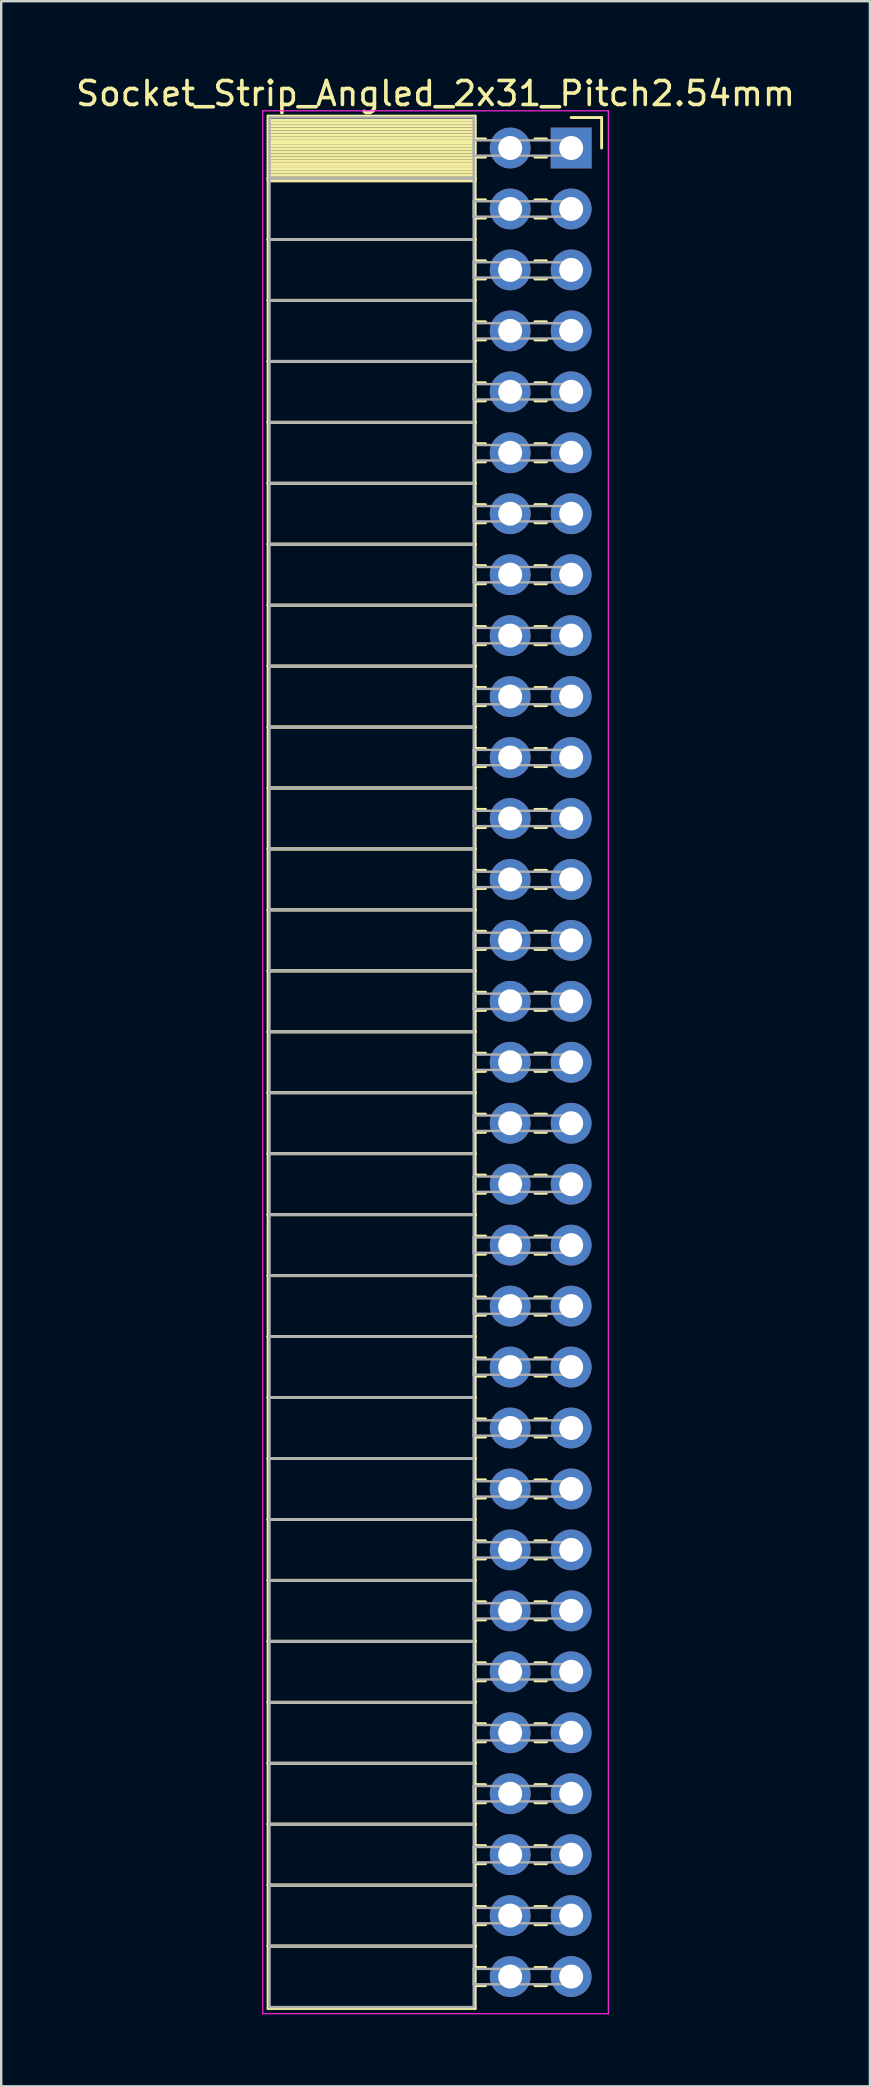
<source format=kicad_pcb>
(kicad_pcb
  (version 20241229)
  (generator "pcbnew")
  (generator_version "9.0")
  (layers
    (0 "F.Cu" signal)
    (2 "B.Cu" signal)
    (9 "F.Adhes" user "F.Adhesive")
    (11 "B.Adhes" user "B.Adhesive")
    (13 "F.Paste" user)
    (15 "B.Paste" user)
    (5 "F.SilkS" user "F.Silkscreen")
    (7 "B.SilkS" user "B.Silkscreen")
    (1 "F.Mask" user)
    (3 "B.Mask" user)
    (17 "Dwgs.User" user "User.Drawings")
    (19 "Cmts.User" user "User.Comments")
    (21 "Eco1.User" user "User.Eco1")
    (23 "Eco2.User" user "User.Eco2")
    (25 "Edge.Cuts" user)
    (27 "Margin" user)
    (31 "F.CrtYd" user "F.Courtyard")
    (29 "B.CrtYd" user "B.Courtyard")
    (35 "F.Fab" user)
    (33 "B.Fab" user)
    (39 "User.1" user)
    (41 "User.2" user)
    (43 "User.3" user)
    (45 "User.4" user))
  (footprint "Socket_Strip_Angled_2x31_Pitch2.54mm"
    (layer "F.Cu")
    (at 20.751 3.118)
    (property "Reference" "Socket_Strip_Angled_2x31_Pitch2.54mm" (at -5.65 -2.27 0) (layer "F.SilkS") (effects (font (size 1 1) (thickness 0.15))))
    (attr through_hole)
    (fp_line (start -12.63 -1.33) (end -4 -1.33) (stroke (width 0.12) (type solid)) (layer "F.SilkS"))
    (fp_line (start -12.63 1.27) (end -12.63 -1.33) (stroke (width 0.12) (type solid)) (layer "F.SilkS"))
    (fp_line (start -12.63 1.27) (end -4 1.27) (stroke (width 0.12) (type solid)) (layer "F.SilkS"))
    (fp_line (start -12.63 3.81) (end -12.63 1.27) (stroke (width 0.12) (type solid)) (layer "F.SilkS"))
    (fp_line (start -12.63 3.81) (end -4 3.81) (stroke (width 0.12) (type solid)) (layer "F.SilkS"))
    (fp_line (start -12.63 6.35) (end -12.63 3.81) (stroke (width 0.12) (type solid)) (layer "F.SilkS"))
    (fp_line (start -12.63 6.35) (end -4 6.35) (stroke (width 0.12) (type solid)) (layer "F.SilkS"))
    (fp_line (start -12.63 8.89) (end -12.63 6.35) (stroke (width 0.12) (type solid)) (layer "F.SilkS"))
    (fp_line (start -12.63 8.89) (end -4 8.89) (stroke (width 0.12) (type solid)) (layer "F.SilkS"))
    (fp_line (start -12.63 11.43) (end -12.63 8.89) (stroke (width 0.12) (type solid)) (layer "F.SilkS"))
    (fp_line (start -12.63 11.43) (end -4 11.43) (stroke (width 0.12) (type solid)) (layer "F.SilkS"))
    (fp_line (start -12.63 13.97) (end -12.63 11.43) (stroke (width 0.12) (type solid)) (layer "F.SilkS"))
    (fp_line (start -12.63 13.97) (end -4 13.97) (stroke (width 0.12) (type solid)) (layer "F.SilkS"))
    (fp_line (start -12.63 16.51) (end -12.63 13.97) (stroke (width 0.12) (type solid)) (layer "F.SilkS"))
    (fp_line (start -12.63 16.51) (end -4 16.51) (stroke (width 0.12) (type solid)) (layer "F.SilkS"))
    (fp_line (start -12.63 19.05) (end -12.63 16.51) (stroke (width 0.12) (type solid)) (layer "F.SilkS"))
    (fp_line (start -12.63 19.05) (end -4 19.05) (stroke (width 0.12) (type solid)) (layer "F.SilkS"))
    (fp_line (start -12.63 21.59) (end -12.63 19.05) (stroke (width 0.12) (type solid)) (layer "F.SilkS"))
    (fp_line (start -12.63 21.59) (end -4 21.59) (stroke (width 0.12) (type solid)) (layer "F.SilkS"))
    (fp_line (start -12.63 24.13) (end -12.63 21.59) (stroke (width 0.12) (type solid)) (layer "F.SilkS"))
    (fp_line (start -12.63 24.13) (end -4 24.13) (stroke (width 0.12) (type solid)) (layer "F.SilkS"))
    (fp_line (start -12.63 26.67) (end -12.63 24.13) (stroke (width 0.12) (type solid)) (layer "F.SilkS"))
    (fp_line (start -12.63 26.67) (end -4 26.67) (stroke (width 0.12) (type solid)) (layer "F.SilkS"))
    (fp_line (start -12.63 29.21) (end -12.63 26.67) (stroke (width 0.12) (type solid)) (layer "F.SilkS"))
    (fp_line (start -12.63 29.21) (end -4 29.21) (stroke (width 0.12) (type solid)) (layer "F.SilkS"))
    (fp_line (start -12.63 31.75) (end -12.63 29.21) (stroke (width 0.12) (type solid)) (layer "F.SilkS"))
    (fp_line (start -12.63 31.75) (end -4 31.75) (stroke (width 0.12) (type solid)) (layer "F.SilkS"))
    (fp_line (start -12.63 34.29) (end -12.63 31.75) (stroke (width 0.12) (type solid)) (layer "F.SilkS"))
    (fp_line (start -12.63 34.29) (end -4 34.29) (stroke (width 0.12) (type solid)) (layer "F.SilkS"))
    (fp_line (start -12.63 36.83) (end -12.63 34.29) (stroke (width 0.12) (type solid)) (layer "F.SilkS"))
    (fp_line (start -12.63 36.83) (end -4 36.83) (stroke (width 0.12) (type solid)) (layer "F.SilkS"))
    (fp_line (start -12.63 39.37) (end -12.63 36.83) (stroke (width 0.12) (type solid)) (layer "F.SilkS"))
    (fp_line (start -12.63 39.37) (end -4 39.37) (stroke (width 0.12) (type solid)) (layer "F.SilkS"))
    (fp_line (start -12.63 41.91) (end -12.63 39.37) (stroke (width 0.12) (type solid)) (layer "F.SilkS"))
    (fp_line (start -12.63 41.91) (end -4 41.91) (stroke (width 0.12) (type solid)) (layer "F.SilkS"))
    (fp_line (start -12.63 44.45) (end -12.63 41.91) (stroke (width 0.12) (type solid)) (layer "F.SilkS"))
    (fp_line (start -12.63 44.45) (end -4 44.45) (stroke (width 0.12) (type solid)) (layer "F.SilkS"))
    (fp_line (start -12.63 46.99) (end -12.63 44.45) (stroke (width 0.12) (type solid)) (layer "F.SilkS"))
    (fp_line (start -12.63 46.99) (end -4 46.99) (stroke (width 0.12) (type solid)) (layer "F.SilkS"))
    (fp_line (start -12.63 49.53) (end -12.63 46.99) (stroke (width 0.12) (type solid)) (layer "F.SilkS"))
    (fp_line (start -12.63 49.53) (end -4 49.53) (stroke (width 0.12) (type solid)) (layer "F.SilkS"))
    (fp_line (start -12.63 52.07) (end -12.63 49.53) (stroke (width 0.12) (type solid)) (layer "F.SilkS"))
    (fp_line (start -12.63 52.07) (end -4 52.07) (stroke (width 0.12) (type solid)) (layer "F.SilkS"))
    (fp_line (start -12.63 54.61) (end -12.63 52.07) (stroke (width 0.12) (type solid)) (layer "F.SilkS"))
    (fp_line (start -12.63 54.61) (end -4 54.61) (stroke (width 0.12) (type solid)) (layer "F.SilkS"))
    (fp_line (start -12.63 57.15) (end -12.63 54.61) (stroke (width 0.12) (type solid)) (layer "F.SilkS"))
    (fp_line (start -12.63 57.15) (end -4 57.15) (stroke (width 0.12) (type solid)) (layer "F.SilkS"))
    (fp_line (start -12.63 59.69) (end -12.63 57.15) (stroke (width 0.12) (type solid)) (layer "F.SilkS"))
    (fp_line (start -12.63 59.69) (end -4 59.69) (stroke (width 0.12) (type solid)) (layer "F.SilkS"))
    (fp_line (start -12.63 62.23) (end -12.63 59.69) (stroke (width 0.12) (type solid)) (layer "F.SilkS"))
    (fp_line (start -12.63 62.23) (end -4 62.23) (stroke (width 0.12) (type solid)) (layer "F.SilkS"))
    (fp_line (start -12.63 64.77) (end -12.63 62.23) (stroke (width 0.12) (type solid)) (layer "F.SilkS"))
    (fp_line (start -12.63 64.77) (end -4 64.77) (stroke (width 0.12) (type solid)) (layer "F.SilkS"))
    (fp_line (start -12.63 67.31) (end -12.63 64.77) (stroke (width 0.12) (type solid)) (layer "F.SilkS"))
    (fp_line (start -12.63 67.31) (end -4 67.31) (stroke (width 0.12) (type solid)) (layer "F.SilkS"))
    (fp_line (start -12.63 69.85) (end -12.63 67.31) (stroke (width 0.12) (type solid)) (layer "F.SilkS"))
    (fp_line (start -12.63 69.85) (end -4 69.85) (stroke (width 0.12) (type solid)) (layer "F.SilkS"))
    (fp_line (start -12.63 72.39) (end -12.63 69.85) (stroke (width 0.12) (type solid)) (layer "F.SilkS"))
    (fp_line (start -12.63 72.39) (end -4 72.39) (stroke (width 0.12) (type solid)) (layer "F.SilkS"))
    (fp_line (start -12.63 74.93) (end -12.63 72.39) (stroke (width 0.12) (type solid)) (layer "F.SilkS"))
    (fp_line (start -12.63 74.93) (end -4 74.93) (stroke (width 0.12) (type solid)) (layer "F.SilkS"))
    (fp_line (start -12.63 77.53) (end -12.63 74.93) (stroke (width 0.12) (type solid)) (layer "F.SilkS"))
    (fp_line (start -4 -1.33) (end -4 1.27) (stroke (width 0.12) (type solid)) (layer "F.SilkS"))
    (fp_line (start -4 -1.15) (end -12.63 -1.15) (stroke (width 0.12) (type solid)) (layer "F.SilkS"))
    (fp_line (start -4 -1.03) (end -12.63 -1.03) (stroke (width 0.12) (type solid)) (layer "F.SilkS"))
    (fp_line (start -4 -0.91) (end -12.63 -0.91) (stroke (width 0.12) (type solid)) (layer "F.SilkS"))
    (fp_line (start -4 -0.79) (end -12.63 -0.79) (stroke (width 0.12) (type solid)) (layer "F.SilkS"))
    (fp_line (start -4 -0.67) (end -12.63 -0.67) (stroke (width 0.12) (type solid)) (layer "F.SilkS"))
    (fp_line (start -4 -0.55) (end -12.63 -0.55) (stroke (width 0.12) (type solid)) (layer "F.SilkS"))
    (fp_line (start -4 -0.43) (end -12.63 -0.43) (stroke (width 0.12) (type solid)) (layer "F.SilkS"))
    (fp_line (start -4 -0.31) (end -12.63 -0.31) (stroke (width 0.12) (type solid)) (layer "F.SilkS"))
    (fp_line (start -4 -0.19) (end -12.63 -0.19) (stroke (width 0.12) (type solid)) (layer "F.SilkS"))
    (fp_line (start -4 -0.07) (end -12.63 -0.07) (stroke (width 0.12) (type solid)) (layer "F.SilkS"))
    (fp_line (start -4 0.05) (end -12.63 0.05) (stroke (width 0.12) (type solid)) (layer "F.SilkS"))
    (fp_line (start -4 0.17) (end -12.63 0.17) (stroke (width 0.12) (type solid)) (layer "F.SilkS"))
    (fp_line (start -4 0.29) (end -12.63 0.29) (stroke (width 0.12) (type solid)) (layer "F.SilkS"))
    (fp_line (start -4 0.41) (end -12.63 0.41) (stroke (width 0.12) (type solid)) (layer "F.SilkS"))
    (fp_line (start -4 0.53) (end -12.63 0.53) (stroke (width 0.12) (type solid)) (layer "F.SilkS"))
    (fp_line (start -4 0.65) (end -12.63 0.65) (stroke (width 0.12) (type solid)) (layer "F.SilkS"))
    (fp_line (start -4 0.77) (end -12.63 0.77) (stroke (width 0.12) (type solid)) (layer "F.SilkS"))
    (fp_line (start -4 0.89) (end -12.63 0.89) (stroke (width 0.12) (type solid)) (layer "F.SilkS"))
    (fp_line (start -4 1.01) (end -12.63 1.01) (stroke (width 0.12) (type solid)) (layer "F.SilkS"))
    (fp_line (start -4 1.13) (end -12.63 1.13) (stroke (width 0.12) (type solid)) (layer "F.SilkS"))
    (fp_line (start -4 1.25) (end -12.63 1.25) (stroke (width 0.12) (type solid)) (layer "F.SilkS"))
    (fp_line (start -4 1.27) (end -12.63 1.27) (stroke (width 0.12) (type solid)) (layer "F.SilkS"))
    (fp_line (start -4 1.27) (end -4 3.81) (stroke (width 0.12) (type solid)) (layer "F.SilkS"))
    (fp_line (start -4 1.37) (end -12.63 1.37) (stroke (width 0.12) (type solid)) (layer "F.SilkS"))
    (fp_line (start -4 3.81) (end -12.63 3.81) (stroke (width 0.12) (type solid)) (layer "F.SilkS"))
    (fp_line (start -4 3.81) (end -4 6.35) (stroke (width 0.12) (type solid)) (layer "F.SilkS"))
    (fp_line (start -4 6.35) (end -12.63 6.35) (stroke (width 0.12) (type solid)) (layer "F.SilkS"))
    (fp_line (start -4 6.35) (end -4 8.89) (stroke (width 0.12) (type solid)) (layer "F.SilkS"))
    (fp_line (start -4 8.89) (end -12.63 8.89) (stroke (width 0.12) (type solid)) (layer "F.SilkS"))
    (fp_line (start -4 8.89) (end -4 11.43) (stroke (width 0.12) (type solid)) (layer "F.SilkS"))
    (fp_line (start -4 11.43) (end -12.63 11.43) (stroke (width 0.12) (type solid)) (layer "F.SilkS"))
    (fp_line (start -4 11.43) (end -4 13.97) (stroke (width 0.12) (type solid)) (layer "F.SilkS"))
    (fp_line (start -4 13.97) (end -12.63 13.97) (stroke (width 0.12) (type solid)) (layer "F.SilkS"))
    (fp_line (start -4 13.97) (end -4 16.51) (stroke (width 0.12) (type solid)) (layer "F.SilkS"))
    (fp_line (start -4 16.51) (end -12.63 16.51) (stroke (width 0.12) (type solid)) (layer "F.SilkS"))
    (fp_line (start -4 16.51) (end -4 19.05) (stroke (width 0.12) (type solid)) (layer "F.SilkS"))
    (fp_line (start -4 19.05) (end -12.63 19.05) (stroke (width 0.12) (type solid)) (layer "F.SilkS"))
    (fp_line (start -4 19.05) (end -4 21.59) (stroke (width 0.12) (type solid)) (layer "F.SilkS"))
    (fp_line (start -4 21.59) (end -12.63 21.59) (stroke (width 0.12) (type solid)) (layer "F.SilkS"))
    (fp_line (start -4 21.59) (end -4 24.13) (stroke (width 0.12) (type solid)) (layer "F.SilkS"))
    (fp_line (start -4 24.13) (end -12.63 24.13) (stroke (width 0.12) (type solid)) (layer "F.SilkS"))
    (fp_line (start -4 24.13) (end -4 26.67) (stroke (width 0.12) (type solid)) (layer "F.SilkS"))
    (fp_line (start -4 26.67) (end -12.63 26.67) (stroke (width 0.12) (type solid)) (layer "F.SilkS"))
    (fp_line (start -4 26.67) (end -4 29.21) (stroke (width 0.12) (type solid)) (layer "F.SilkS"))
    (fp_line (start -4 29.21) (end -12.63 29.21) (stroke (width 0.12) (type solid)) (layer "F.SilkS"))
    (fp_line (start -4 29.21) (end -4 31.75) (stroke (width 0.12) (type solid)) (layer "F.SilkS"))
    (fp_line (start -4 31.75) (end -12.63 31.75) (stroke (width 0.12) (type solid)) (layer "F.SilkS"))
    (fp_line (start -4 31.75) (end -4 34.29) (stroke (width 0.12) (type solid)) (layer "F.SilkS"))
    (fp_line (start -4 34.29) (end -12.63 34.29) (stroke (width 0.12) (type solid)) (layer "F.SilkS"))
    (fp_line (start -4 34.29) (end -4 36.83) (stroke (width 0.12) (type solid)) (layer "F.SilkS"))
    (fp_line (start -4 36.83) (end -12.63 36.83) (stroke (width 0.12) (type solid)) (layer "F.SilkS"))
    (fp_line (start -4 36.83) (end -4 39.37) (stroke (width 0.12) (type solid)) (layer "F.SilkS"))
    (fp_line (start -4 39.37) (end -12.63 39.37) (stroke (width 0.12) (type solid)) (layer "F.SilkS"))
    (fp_line (start -4 39.37) (end -4 41.91) (stroke (width 0.12) (type solid)) (layer "F.SilkS"))
    (fp_line (start -4 41.91) (end -12.63 41.91) (stroke (width 0.12) (type solid)) (layer "F.SilkS"))
    (fp_line (start -4 41.91) (end -4 44.45) (stroke (width 0.12) (type solid)) (layer "F.SilkS"))
    (fp_line (start -4 44.45) (end -12.63 44.45) (stroke (width 0.12) (type solid)) (layer "F.SilkS"))
    (fp_line (start -4 44.45) (end -4 46.99) (stroke (width 0.12) (type solid)) (layer "F.SilkS"))
    (fp_line (start -4 46.99) (end -12.63 46.99) (stroke (width 0.12) (type solid)) (layer "F.SilkS"))
    (fp_line (start -4 46.99) (end -4 49.53) (stroke (width 0.12) (type solid)) (layer "F.SilkS"))
    (fp_line (start -4 49.53) (end -12.63 49.53) (stroke (width 0.12) (type solid)) (layer "F.SilkS"))
    (fp_line (start -4 49.53) (end -4 52.07) (stroke (width 0.12) (type solid)) (layer "F.SilkS"))
    (fp_line (start -4 52.07) (end -12.63 52.07) (stroke (width 0.12) (type solid)) (layer "F.SilkS"))
    (fp_line (start -4 52.07) (end -4 54.61) (stroke (width 0.12) (type solid)) (layer "F.SilkS"))
    (fp_line (start -4 54.61) (end -12.63 54.61) (stroke (width 0.12) (type solid)) (layer "F.SilkS"))
    (fp_line (start -4 54.61) (end -4 57.15) (stroke (width 0.12) (type solid)) (layer "F.SilkS"))
    (fp_line (start -4 57.15) (end -12.63 57.15) (stroke (width 0.12) (type solid)) (layer "F.SilkS"))
    (fp_line (start -4 57.15) (end -4 59.69) (stroke (width 0.12) (type solid)) (layer "F.SilkS"))
    (fp_line (start -4 59.69) (end -12.63 59.69) (stroke (width 0.12) (type solid)) (layer "F.SilkS"))
    (fp_line (start -4 59.69) (end -4 62.23) (stroke (width 0.12) (type solid)) (layer "F.SilkS"))
    (fp_line (start -4 62.23) (end -12.63 62.23) (stroke (width 0.12) (type solid)) (layer "F.SilkS"))
    (fp_line (start -4 62.23) (end -4 64.77) (stroke (width 0.12) (type solid)) (layer "F.SilkS"))
    (fp_line (start -4 64.77) (end -12.63 64.77) (stroke (width 0.12) (type solid)) (layer "F.SilkS"))
    (fp_line (start -4 64.77) (end -4 67.31) (stroke (width 0.12) (type solid)) (layer "F.SilkS"))
    (fp_line (start -4 67.31) (end -12.63 67.31) (stroke (width 0.12) (type solid)) (layer "F.SilkS"))
    (fp_line (start -4 67.31) (end -4 69.85) (stroke (width 0.12) (type solid)) (layer "F.SilkS"))
    (fp_line (start -4 69.85) (end -12.63 69.85) (stroke (width 0.12) (type solid)) (layer "F.SilkS"))
    (fp_line (start -4 69.85) (end -4 72.39) (stroke (width 0.12) (type solid)) (layer "F.SilkS"))
    (fp_line (start -4 72.39) (end -12.63 72.39) (stroke (width 0.12) (type solid)) (layer "F.SilkS"))
    (fp_line (start -4 72.39) (end -4 74.93) (stroke (width 0.12) (type solid)) (layer "F.SilkS"))
    (fp_line (start -4 74.93) (end -12.63 74.93) (stroke (width 0.12) (type solid)) (layer "F.SilkS"))
    (fp_line (start -4 74.93) (end -4 77.53) (stroke (width 0.12) (type solid)) (layer "F.SilkS"))
    (fp_line (start -4 77.53) (end -12.63 77.53) (stroke (width 0.12) (type solid)) (layer "F.SilkS"))
    (fp_line (start -3.57 -0.38) (end -4 -0.38) (stroke (width 0.12) (type solid)) (layer "F.SilkS"))
    (fp_line (start -3.57 0.38) (end -4 0.38) (stroke (width 0.12) (type solid)) (layer "F.SilkS"))
    (fp_line (start -3.57 2.16) (end -4 2.16) (stroke (width 0.12) (type solid)) (layer "F.SilkS"))
    (fp_line (start -3.57 2.92) (end -4 2.92) (stroke (width 0.12) (type solid)) (layer "F.SilkS"))
    (fp_line (start -3.57 4.7) (end -4 4.7) (stroke (width 0.12) (type solid)) (layer "F.SilkS"))
    (fp_line (start -3.57 5.46) (end -4 5.46) (stroke (width 0.12) (type solid)) (layer "F.SilkS"))
    (fp_line (start -3.57 7.24) (end -4 7.24) (stroke (width 0.12) (type solid)) (layer "F.SilkS"))
    (fp_line (start -3.57 8) (end -4 8) (stroke (width 0.12) (type solid)) (layer "F.SilkS"))
    (fp_line (start -3.57 9.78) (end -4 9.78) (stroke (width 0.12) (type solid)) (layer "F.SilkS"))
    (fp_line (start -3.57 10.54) (end -4 10.54) (stroke (width 0.12) (type solid)) (layer "F.SilkS"))
    (fp_line (start -3.57 12.32) (end -4 12.32) (stroke (width 0.12) (type solid)) (layer "F.SilkS"))
    (fp_line (start -3.57 13.08) (end -4 13.08) (stroke (width 0.12) (type solid)) (layer "F.SilkS"))
    (fp_line (start -3.57 14.86) (end -4 14.86) (stroke (width 0.12) (type solid)) (layer "F.SilkS"))
    (fp_line (start -3.57 15.62) (end -4 15.62) (stroke (width 0.12) (type solid)) (layer "F.SilkS"))
    (fp_line (start -3.57 17.4) (end -4 17.4) (stroke (width 0.12) (type solid)) (layer "F.SilkS"))
    (fp_line (start -3.57 18.16) (end -4 18.16) (stroke (width 0.12) (type solid)) (layer "F.SilkS"))
    (fp_line (start -3.57 19.94) (end -4 19.94) (stroke (width 0.12) (type solid)) (layer "F.SilkS"))
    (fp_line (start -3.57 20.7) (end -4 20.7) (stroke (width 0.12) (type solid)) (layer "F.SilkS"))
    (fp_line (start -3.57 22.48) (end -4 22.48) (stroke (width 0.12) (type solid)) (layer "F.SilkS"))
    (fp_line (start -3.57 23.24) (end -4 23.24) (stroke (width 0.12) (type solid)) (layer "F.SilkS"))
    (fp_line (start -3.57 25.02) (end -4 25.02) (stroke (width 0.12) (type solid)) (layer "F.SilkS"))
    (fp_line (start -3.57 25.78) (end -4 25.78) (stroke (width 0.12) (type solid)) (layer "F.SilkS"))
    (fp_line (start -3.57 27.56) (end -4 27.56) (stroke (width 0.12) (type solid)) (layer "F.SilkS"))
    (fp_line (start -3.57 28.32) (end -4 28.32) (stroke (width 0.12) (type solid)) (layer "F.SilkS"))
    (fp_line (start -3.57 30.1) (end -4 30.1) (stroke (width 0.12) (type solid)) (layer "F.SilkS"))
    (fp_line (start -3.57 30.86) (end -4 30.86) (stroke (width 0.12) (type solid)) (layer "F.SilkS"))
    (fp_line (start -3.57 32.64) (end -4 32.64) (stroke (width 0.12) (type solid)) (layer "F.SilkS"))
    (fp_line (start -3.57 33.4) (end -4 33.4) (stroke (width 0.12) (type solid)) (layer "F.SilkS"))
    (fp_line (start -3.57 35.18) (end -4 35.18) (stroke (width 0.12) (type solid)) (layer "F.SilkS"))
    (fp_line (start -3.57 35.94) (end -4 35.94) (stroke (width 0.12) (type solid)) (layer "F.SilkS"))
    (fp_line (start -3.57 37.72) (end -4 37.72) (stroke (width 0.12) (type solid)) (layer "F.SilkS"))
    (fp_line (start -3.57 38.48) (end -4 38.48) (stroke (width 0.12) (type solid)) (layer "F.SilkS"))
    (fp_line (start -3.57 40.26) (end -4 40.26) (stroke (width 0.12) (type solid)) (layer "F.SilkS"))
    (fp_line (start -3.57 41.02) (end -4 41.02) (stroke (width 0.12) (type solid)) (layer "F.SilkS"))
    (fp_line (start -3.57 42.8) (end -4 42.8) (stroke (width 0.12) (type solid)) (layer "F.SilkS"))
    (fp_line (start -3.57 43.56) (end -4 43.56) (stroke (width 0.12) (type solid)) (layer "F.SilkS"))
    (fp_line (start -3.57 45.34) (end -4 45.34) (stroke (width 0.12) (type solid)) (layer "F.SilkS"))
    (fp_line (start -3.57 46.1) (end -4 46.1) (stroke (width 0.12) (type solid)) (layer "F.SilkS"))
    (fp_line (start -3.57 47.88) (end -4 47.88) (stroke (width 0.12) (type solid)) (layer "F.SilkS"))
    (fp_line (start -3.57 48.64) (end -4 48.64) (stroke (width 0.12) (type solid)) (layer "F.SilkS"))
    (fp_line (start -3.57 50.42) (end -4 50.42) (stroke (width 0.12) (type solid)) (layer "F.SilkS"))
    (fp_line (start -3.57 51.18) (end -4 51.18) (stroke (width 0.12) (type solid)) (layer "F.SilkS"))
    (fp_line (start -3.57 52.96) (end -4 52.96) (stroke (width 0.12) (type solid)) (layer "F.SilkS"))
    (fp_line (start -3.57 53.72) (end -4 53.72) (stroke (width 0.12) (type solid)) (layer "F.SilkS"))
    (fp_line (start -3.57 55.5) (end -4 55.5) (stroke (width 0.12) (type solid)) (layer "F.SilkS"))
    (fp_line (start -3.57 56.26) (end -4 56.26) (stroke (width 0.12) (type solid)) (layer "F.SilkS"))
    (fp_line (start -3.57 58.04) (end -4 58.04) (stroke (width 0.12) (type solid)) (layer "F.SilkS"))
    (fp_line (start -3.57 58.8) (end -4 58.8) (stroke (width 0.12) (type solid)) (layer "F.SilkS"))
    (fp_line (start -3.57 60.58) (end -4 60.58) (stroke (width 0.12) (type solid)) (layer "F.SilkS"))
    (fp_line (start -3.57 61.34) (end -4 61.34) (stroke (width 0.12) (type solid)) (layer "F.SilkS"))
    (fp_line (start -3.57 63.12) (end -4 63.12) (stroke (width 0.12) (type solid)) (layer "F.SilkS"))
    (fp_line (start -3.57 63.88) (end -4 63.88) (stroke (width 0.12) (type solid)) (layer "F.SilkS"))
    (fp_line (start -3.57 65.66) (end -4 65.66) (stroke (width 0.12) (type solid)) (layer "F.SilkS"))
    (fp_line (start -3.57 66.42) (end -4 66.42) (stroke (width 0.12) (type solid)) (layer "F.SilkS"))
    (fp_line (start -3.57 68.2) (end -4 68.2) (stroke (width 0.12) (type solid)) (layer "F.SilkS"))
    (fp_line (start -3.57 68.96) (end -4 68.96) (stroke (width 0.12) (type solid)) (layer "F.SilkS"))
    (fp_line (start -3.57 70.74) (end -4 70.74) (stroke (width 0.12) (type solid)) (layer "F.SilkS"))
    (fp_line (start -3.57 71.5) (end -4 71.5) (stroke (width 0.12) (type solid)) (layer "F.SilkS"))
    (fp_line (start -3.57 73.28) (end -4 73.28) (stroke (width 0.12) (type solid)) (layer "F.SilkS"))
    (fp_line (start -3.57 74.04) (end -4 74.04) (stroke (width 0.12) (type solid)) (layer "F.SilkS"))
    (fp_line (start -3.57 75.82) (end -4 75.82) (stroke (width 0.12) (type solid)) (layer "F.SilkS"))
    (fp_line (start -3.57 76.58) (end -4 76.58) (stroke (width 0.12) (type solid)) (layer "F.SilkS"))
    (fp_line (start -1.03 -0.38) (end -1.51 -0.38) (stroke (width 0.12) (type solid)) (layer "F.SilkS"))
    (fp_line (start -1.03 0.38) (end -1.51 0.38) (stroke (width 0.12) (type solid)) (layer "F.SilkS"))
    (fp_line (start -1.03 2.16) (end -1.51 2.16) (stroke (width 0.12) (type solid)) (layer "F.SilkS"))
    (fp_line (start -1.03 2.92) (end -1.51 2.92) (stroke (width 0.12) (type solid)) (layer "F.SilkS"))
    (fp_line (start -1.03 4.7) (end -1.51 4.7) (stroke (width 0.12) (type solid)) (layer "F.SilkS"))
    (fp_line (start -1.03 5.46) (end -1.51 5.46) (stroke (width 0.12) (type solid)) (layer "F.SilkS"))
    (fp_line (start -1.03 7.24) (end -1.51 7.24) (stroke (width 0.12) (type solid)) (layer "F.SilkS"))
    (fp_line (start -1.03 8) (end -1.51 8) (stroke (width 0.12) (type solid)) (layer "F.SilkS"))
    (fp_line (start -1.03 9.78) (end -1.51 9.78) (stroke (width 0.12) (type solid)) (layer "F.SilkS"))
    (fp_line (start -1.03 10.54) (end -1.51 10.54) (stroke (width 0.12) (type solid)) (layer "F.SilkS"))
    (fp_line (start -1.03 12.32) (end -1.51 12.32) (stroke (width 0.12) (type solid)) (layer "F.SilkS"))
    (fp_line (start -1.03 13.08) (end -1.51 13.08) (stroke (width 0.12) (type solid)) (layer "F.SilkS"))
    (fp_line (start -1.03 14.86) (end -1.51 14.86) (stroke (width 0.12) (type solid)) (layer "F.SilkS"))
    (fp_line (start -1.03 15.62) (end -1.51 15.62) (stroke (width 0.12) (type solid)) (layer "F.SilkS"))
    (fp_line (start -1.03 17.4) (end -1.51 17.4) (stroke (width 0.12) (type solid)) (layer "F.SilkS"))
    (fp_line (start -1.03 18.16) (end -1.51 18.16) (stroke (width 0.12) (type solid)) (layer "F.SilkS"))
    (fp_line (start -1.03 19.94) (end -1.51 19.94) (stroke (width 0.12) (type solid)) (layer "F.SilkS"))
    (fp_line (start -1.03 20.7) (end -1.51 20.7) (stroke (width 0.12) (type solid)) (layer "F.SilkS"))
    (fp_line (start -1.03 22.48) (end -1.51 22.48) (stroke (width 0.12) (type solid)) (layer "F.SilkS"))
    (fp_line (start -1.03 23.24) (end -1.51 23.24) (stroke (width 0.12) (type solid)) (layer "F.SilkS"))
    (fp_line (start -1.03 25.02) (end -1.51 25.02) (stroke (width 0.12) (type solid)) (layer "F.SilkS"))
    (fp_line (start -1.03 25.78) (end -1.51 25.78) (stroke (width 0.12) (type solid)) (layer "F.SilkS"))
    (fp_line (start -1.03 27.56) (end -1.51 27.56) (stroke (width 0.12) (type solid)) (layer "F.SilkS"))
    (fp_line (start -1.03 28.32) (end -1.51 28.32) (stroke (width 0.12) (type solid)) (layer "F.SilkS"))
    (fp_line (start -1.03 30.1) (end -1.51 30.1) (stroke (width 0.12) (type solid)) (layer "F.SilkS"))
    (fp_line (start -1.03 30.86) (end -1.51 30.86) (stroke (width 0.12) (type solid)) (layer "F.SilkS"))
    (fp_line (start -1.03 32.64) (end -1.51 32.64) (stroke (width 0.12) (type solid)) (layer "F.SilkS"))
    (fp_line (start -1.03 33.4) (end -1.51 33.4) (stroke (width 0.12) (type solid)) (layer "F.SilkS"))
    (fp_line (start -1.03 35.18) (end -1.51 35.18) (stroke (width 0.12) (type solid)) (layer "F.SilkS"))
    (fp_line (start -1.03 35.94) (end -1.51 35.94) (stroke (width 0.12) (type solid)) (layer "F.SilkS"))
    (fp_line (start -1.03 37.72) (end -1.51 37.72) (stroke (width 0.12) (type solid)) (layer "F.SilkS"))
    (fp_line (start -1.03 38.48) (end -1.51 38.48) (stroke (width 0.12) (type solid)) (layer "F.SilkS"))
    (fp_line (start -1.03 40.26) (end -1.51 40.26) (stroke (width 0.12) (type solid)) (layer "F.SilkS"))
    (fp_line (start -1.03 41.02) (end -1.51 41.02) (stroke (width 0.12) (type solid)) (layer "F.SilkS"))
    (fp_line (start -1.03 42.8) (end -1.51 42.8) (stroke (width 0.12) (type solid)) (layer "F.SilkS"))
    (fp_line (start -1.03 43.56) (end -1.51 43.56) (stroke (width 0.12) (type solid)) (layer "F.SilkS"))
    (fp_line (start -1.03 45.34) (end -1.51 45.34) (stroke (width 0.12) (type solid)) (layer "F.SilkS"))
    (fp_line (start -1.03 46.1) (end -1.51 46.1) (stroke (width 0.12) (type solid)) (layer "F.SilkS"))
    (fp_line (start -1.03 47.88) (end -1.51 47.88) (stroke (width 0.12) (type solid)) (layer "F.SilkS"))
    (fp_line (start -1.03 48.64) (end -1.51 48.64) (stroke (width 0.12) (type solid)) (layer "F.SilkS"))
    (fp_line (start -1.03 50.42) (end -1.51 50.42) (stroke (width 0.12) (type solid)) (layer "F.SilkS"))
    (fp_line (start -1.03 51.18) (end -1.51 51.18) (stroke (width 0.12) (type solid)) (layer "F.SilkS"))
    (fp_line (start -1.03 52.96) (end -1.51 52.96) (stroke (width 0.12) (type solid)) (layer "F.SilkS"))
    (fp_line (start -1.03 53.72) (end -1.51 53.72) (stroke (width 0.12) (type solid)) (layer "F.SilkS"))
    (fp_line (start -1.03 55.5) (end -1.51 55.5) (stroke (width 0.12) (type solid)) (layer "F.SilkS"))
    (fp_line (start -1.03 56.26) (end -1.51 56.26) (stroke (width 0.12) (type solid)) (layer "F.SilkS"))
    (fp_line (start -1.03 58.04) (end -1.51 58.04) (stroke (width 0.12) (type solid)) (layer "F.SilkS"))
    (fp_line (start -1.03 58.8) (end -1.51 58.8) (stroke (width 0.12) (type solid)) (layer "F.SilkS"))
    (fp_line (start -1.03 60.58) (end -1.51 60.58) (stroke (width 0.12) (type solid)) (layer "F.SilkS"))
    (fp_line (start -1.03 61.34) (end -1.51 61.34) (stroke (width 0.12) (type solid)) (layer "F.SilkS"))
    (fp_line (start -1.03 63.12) (end -1.51 63.12) (stroke (width 0.12) (type solid)) (layer "F.SilkS"))
    (fp_line (start -1.03 63.88) (end -1.51 63.88) (stroke (width 0.12) (type solid)) (layer "F.SilkS"))
    (fp_line (start -1.03 65.66) (end -1.51 65.66) (stroke (width 0.12) (type solid)) (layer "F.SilkS"))
    (fp_line (start -1.03 66.42) (end -1.51 66.42) (stroke (width 0.12) (type solid)) (layer "F.SilkS"))
    (fp_line (start -1.03 68.2) (end -1.51 68.2) (stroke (width 0.12) (type solid)) (layer "F.SilkS"))
    (fp_line (start -1.03 68.96) (end -1.51 68.96) (stroke (width 0.12) (type solid)) (layer "F.SilkS"))
    (fp_line (start -1.03 70.74) (end -1.51 70.74) (stroke (width 0.12) (type solid)) (layer "F.SilkS"))
    (fp_line (start -1.03 71.5) (end -1.51 71.5) (stroke (width 0.12) (type solid)) (layer "F.SilkS"))
    (fp_line (start -1.03 73.28) (end -1.51 73.28) (stroke (width 0.12) (type solid)) (layer "F.SilkS"))
    (fp_line (start -1.03 74.04) (end -1.51 74.04) (stroke (width 0.12) (type solid)) (layer "F.SilkS"))
    (fp_line (start -1.03 75.82) (end -1.51 75.82) (stroke (width 0.12) (type solid)) (layer "F.SilkS"))
    (fp_line (start -1.03 76.58) (end -1.51 76.58) (stroke (width 0.12) (type solid)) (layer "F.SilkS"))
    (fp_line (start 0 -1.27) (end 1.27 -1.27) (stroke (width 0.12) (type solid)) (layer "F.SilkS"))
    (fp_line (start 1.27 -1.27) (end 1.27 0) (stroke (width 0.12) (type solid)) (layer "F.SilkS"))
    (fp_line (start -12.85 -1.55) (end 1.55 -1.55) (stroke (width 0.05) (type solid)) (layer "F.CrtYd"))
    (fp_line (start -12.85 77.75) (end -12.85 -1.55) (stroke (width 0.05) (type solid)) (layer "F.CrtYd"))
    (fp_line (start 1.55 -1.55) (end 1.55 77.75) (stroke (width 0.05) (type solid)) (layer "F.CrtYd"))
    (fp_line (start 1.55 77.75) (end -12.85 77.75) (stroke (width 0.05) (type solid)) (layer "F.CrtYd"))
    (fp_line (start -12.57 -1.27) (end -4.06 -1.27) (stroke (width 0.1) (type solid)) (layer "F.Fab"))
    (fp_line (start -12.57 1.27) (end -12.57 -1.27) (stroke (width 0.1) (type solid)) (layer "F.Fab"))
    (fp_line (start -12.57 1.27) (end -4.06 1.27) (stroke (width 0.1) (type solid)) (layer "F.Fab"))
    (fp_line (start -12.57 3.81) (end -12.57 1.27) (stroke (width 0.1) (type solid)) (layer "F.Fab"))
    (fp_line (start -12.57 3.81) (end -4.06 3.81) (stroke (width 0.1) (type solid)) (layer "F.Fab"))
    (fp_line (start -12.57 6.35) (end -12.57 3.81) (stroke (width 0.1) (type solid)) (layer "F.Fab"))
    (fp_line (start -12.57 6.35) (end -4.06 6.35) (stroke (width 0.1) (type solid)) (layer "F.Fab"))
    (fp_line (start -12.57 8.89) (end -12.57 6.35) (stroke (width 0.1) (type solid)) (layer "F.Fab"))
    (fp_line (start -12.57 8.89) (end -4.06 8.89) (stroke (width 0.1) (type solid)) (layer "F.Fab"))
    (fp_line (start -12.57 11.43) (end -12.57 8.89) (stroke (width 0.1) (type solid)) (layer "F.Fab"))
    (fp_line (start -12.57 11.43) (end -4.06 11.43) (stroke (width 0.1) (type solid)) (layer "F.Fab"))
    (fp_line (start -12.57 13.97) (end -12.57 11.43) (stroke (width 0.1) (type solid)) (layer "F.Fab"))
    (fp_line (start -12.57 13.97) (end -4.06 13.97) (stroke (width 0.1) (type solid)) (layer "F.Fab"))
    (fp_line (start -12.57 16.51) (end -12.57 13.97) (stroke (width 0.1) (type solid)) (layer "F.Fab"))
    (fp_line (start -12.57 16.51) (end -4.06 16.51) (stroke (width 0.1) (type solid)) (layer "F.Fab"))
    (fp_line (start -12.57 19.05) (end -12.57 16.51) (stroke (width 0.1) (type solid)) (layer "F.Fab"))
    (fp_line (start -12.57 19.05) (end -4.06 19.05) (stroke (width 0.1) (type solid)) (layer "F.Fab"))
    (fp_line (start -12.57 21.59) (end -12.57 19.05) (stroke (width 0.1) (type solid)) (layer "F.Fab"))
    (fp_line (start -12.57 21.59) (end -4.06 21.59) (stroke (width 0.1) (type solid)) (layer "F.Fab"))
    (fp_line (start -12.57 24.13) (end -12.57 21.59) (stroke (width 0.1) (type solid)) (layer "F.Fab"))
    (fp_line (start -12.57 24.13) (end -4.06 24.13) (stroke (width 0.1) (type solid)) (layer "F.Fab"))
    (fp_line (start -12.57 26.67) (end -12.57 24.13) (stroke (width 0.1) (type solid)) (layer "F.Fab"))
    (fp_line (start -12.57 26.67) (end -4.06 26.67) (stroke (width 0.1) (type solid)) (layer "F.Fab"))
    (fp_line (start -12.57 29.21) (end -12.57 26.67) (stroke (width 0.1) (type solid)) (layer "F.Fab"))
    (fp_line (start -12.57 29.21) (end -4.06 29.21) (stroke (width 0.1) (type solid)) (layer "F.Fab"))
    (fp_line (start -12.57 31.75) (end -12.57 29.21) (stroke (width 0.1) (type solid)) (layer "F.Fab"))
    (fp_line (start -12.57 31.75) (end -4.06 31.75) (stroke (width 0.1) (type solid)) (layer "F.Fab"))
    (fp_line (start -12.57 34.29) (end -12.57 31.75) (stroke (width 0.1) (type solid)) (layer "F.Fab"))
    (fp_line (start -12.57 34.29) (end -4.06 34.29) (stroke (width 0.1) (type solid)) (layer "F.Fab"))
    (fp_line (start -12.57 36.83) (end -12.57 34.29) (stroke (width 0.1) (type solid)) (layer "F.Fab"))
    (fp_line (start -12.57 36.83) (end -4.06 36.83) (stroke (width 0.1) (type solid)) (layer "F.Fab"))
    (fp_line (start -12.57 39.37) (end -12.57 36.83) (stroke (width 0.1) (type solid)) (layer "F.Fab"))
    (fp_line (start -12.57 39.37) (end -4.06 39.37) (stroke (width 0.1) (type solid)) (layer "F.Fab"))
    (fp_line (start -12.57 41.91) (end -12.57 39.37) (stroke (width 0.1) (type solid)) (layer "F.Fab"))
    (fp_line (start -12.57 41.91) (end -4.06 41.91) (stroke (width 0.1) (type solid)) (layer "F.Fab"))
    (fp_line (start -12.57 44.45) (end -12.57 41.91) (stroke (width 0.1) (type solid)) (layer "F.Fab"))
    (fp_line (start -12.57 44.45) (end -4.06 44.45) (stroke (width 0.1) (type solid)) (layer "F.Fab"))
    (fp_line (start -12.57 46.99) (end -12.57 44.45) (stroke (width 0.1) (type solid)) (layer "F.Fab"))
    (fp_line (start -12.57 46.99) (end -4.06 46.99) (stroke (width 0.1) (type solid)) (layer "F.Fab"))
    (fp_line (start -12.57 49.53) (end -12.57 46.99) (stroke (width 0.1) (type solid)) (layer "F.Fab"))
    (fp_line (start -12.57 49.53) (end -4.06 49.53) (stroke (width 0.1) (type solid)) (layer "F.Fab"))
    (fp_line (start -12.57 52.07) (end -12.57 49.53) (stroke (width 0.1) (type solid)) (layer "F.Fab"))
    (fp_line (start -12.57 52.07) (end -4.06 52.07) (stroke (width 0.1) (type solid)) (layer "F.Fab"))
    (fp_line (start -12.57 54.61) (end -12.57 52.07) (stroke (width 0.1) (type solid)) (layer "F.Fab"))
    (fp_line (start -12.57 54.61) (end -4.06 54.61) (stroke (width 0.1) (type solid)) (layer "F.Fab"))
    (fp_line (start -12.57 57.15) (end -12.57 54.61) (stroke (width 0.1) (type solid)) (layer "F.Fab"))
    (fp_line (start -12.57 57.15) (end -4.06 57.15) (stroke (width 0.1) (type solid)) (layer "F.Fab"))
    (fp_line (start -12.57 59.69) (end -12.57 57.15) (stroke (width 0.1) (type solid)) (layer "F.Fab"))
    (fp_line (start -12.57 59.69) (end -4.06 59.69) (stroke (width 0.1) (type solid)) (layer "F.Fab"))
    (fp_line (start -12.57 62.23) (end -12.57 59.69) (stroke (width 0.1) (type solid)) (layer "F.Fab"))
    (fp_line (start -12.57 62.23) (end -4.06 62.23) (stroke (width 0.1) (type solid)) (layer "F.Fab"))
    (fp_line (start -12.57 64.77) (end -12.57 62.23) (stroke (width 0.1) (type solid)) (layer "F.Fab"))
    (fp_line (start -12.57 64.77) (end -4.06 64.77) (stroke (width 0.1) (type solid)) (layer "F.Fab"))
    (fp_line (start -12.57 67.31) (end -12.57 64.77) (stroke (width 0.1) (type solid)) (layer "F.Fab"))
    (fp_line (start -12.57 67.31) (end -4.06 67.31) (stroke (width 0.1) (type solid)) (layer "F.Fab"))
    (fp_line (start -12.57 69.85) (end -12.57 67.31) (stroke (width 0.1) (type solid)) (layer "F.Fab"))
    (fp_line (start -12.57 69.85) (end -4.06 69.85) (stroke (width 0.1) (type solid)) (layer "F.Fab"))
    (fp_line (start -12.57 72.39) (end -12.57 69.85) (stroke (width 0.1) (type solid)) (layer "F.Fab"))
    (fp_line (start -12.57 72.39) (end -4.06 72.39) (stroke (width 0.1) (type solid)) (layer "F.Fab"))
    (fp_line (start -12.57 74.93) (end -12.57 72.39) (stroke (width 0.1) (type solid)) (layer "F.Fab"))
    (fp_line (start -12.57 74.93) (end -4.06 74.93) (stroke (width 0.1) (type solid)) (layer "F.Fab"))
    (fp_line (start -12.57 77.47) (end -12.57 74.93) (stroke (width 0.1) (type solid)) (layer "F.Fab"))
    (fp_line (start -4.06 -1.27) (end -4.06 1.27) (stroke (width 0.1) (type solid)) (layer "F.Fab"))
    (fp_line (start -4.06 -0.32) (end 0 -0.32) (stroke (width 0.1) (type solid)) (layer "F.Fab"))
    (fp_line (start -4.06 0.32) (end -4.06 -0.32) (stroke (width 0.1) (type solid)) (layer "F.Fab"))
    (fp_line (start -4.06 1.27) (end -12.57 1.27) (stroke (width 0.1) (type solid)) (layer "F.Fab"))
    (fp_line (start -4.06 1.27) (end -4.06 3.81) (stroke (width 0.1) (type solid)) (layer "F.Fab"))
    (fp_line (start -4.06 2.22) (end 0 2.22) (stroke (width 0.1) (type solid)) (layer "F.Fab"))
    (fp_line (start -4.06 2.86) (end -4.06 2.22) (stroke (width 0.1) (type solid)) (layer "F.Fab"))
    (fp_line (start -4.06 3.81) (end -12.57 3.81) (stroke (width 0.1) (type solid)) (layer "F.Fab"))
    (fp_line (start -4.06 3.81) (end -4.06 6.35) (stroke (width 0.1) (type solid)) (layer "F.Fab"))
    (fp_line (start -4.06 4.76) (end 0 4.76) (stroke (width 0.1) (type solid)) (layer "F.Fab"))
    (fp_line (start -4.06 5.4) (end -4.06 4.76) (stroke (width 0.1) (type solid)) (layer "F.Fab"))
    (fp_line (start -4.06 6.35) (end -12.57 6.35) (stroke (width 0.1) (type solid)) (layer "F.Fab"))
    (fp_line (start -4.06 6.35) (end -4.06 8.89) (stroke (width 0.1) (type solid)) (layer "F.Fab"))
    (fp_line (start -4.06 7.3) (end 0 7.3) (stroke (width 0.1) (type solid)) (layer "F.Fab"))
    (fp_line (start -4.06 7.94) (end -4.06 7.3) (stroke (width 0.1) (type solid)) (layer "F.Fab"))
    (fp_line (start -4.06 8.89) (end -12.57 8.89) (stroke (width 0.1) (type solid)) (layer "F.Fab"))
    (fp_line (start -4.06 8.89) (end -4.06 11.43) (stroke (width 0.1) (type solid)) (layer "F.Fab"))
    (fp_line (start -4.06 9.84) (end 0 9.84) (stroke (width 0.1) (type solid)) (layer "F.Fab"))
    (fp_line (start -4.06 10.48) (end -4.06 9.84) (stroke (width 0.1) (type solid)) (layer "F.Fab"))
    (fp_line (start -4.06 11.43) (end -12.57 11.43) (stroke (width 0.1) (type solid)) (layer "F.Fab"))
    (fp_line (start -4.06 11.43) (end -4.06 13.97) (stroke (width 0.1) (type solid)) (layer "F.Fab"))
    (fp_line (start -4.06 12.38) (end 0 12.38) (stroke (width 0.1) (type solid)) (layer "F.Fab"))
    (fp_line (start -4.06 13.02) (end -4.06 12.38) (stroke (width 0.1) (type solid)) (layer "F.Fab"))
    (fp_line (start -4.06 13.97) (end -12.57 13.97) (stroke (width 0.1) (type solid)) (layer "F.Fab"))
    (fp_line (start -4.06 13.97) (end -4.06 16.51) (stroke (width 0.1) (type solid)) (layer "F.Fab"))
    (fp_line (start -4.06 14.92) (end 0 14.92) (stroke (width 0.1) (type solid)) (layer "F.Fab"))
    (fp_line (start -4.06 15.56) (end -4.06 14.92) (stroke (width 0.1) (type solid)) (layer "F.Fab"))
    (fp_line (start -4.06 16.51) (end -12.57 16.51) (stroke (width 0.1) (type solid)) (layer "F.Fab"))
    (fp_line (start -4.06 16.51) (end -4.06 19.05) (stroke (width 0.1) (type solid)) (layer "F.Fab"))
    (fp_line (start -4.06 17.46) (end 0 17.46) (stroke (width 0.1) (type solid)) (layer "F.Fab"))
    (fp_line (start -4.06 18.1) (end -4.06 17.46) (stroke (width 0.1) (type solid)) (layer "F.Fab"))
    (fp_line (start -4.06 19.05) (end -12.57 19.05) (stroke (width 0.1) (type solid)) (layer "F.Fab"))
    (fp_line (start -4.06 19.05) (end -4.06 21.59) (stroke (width 0.1) (type solid)) (layer "F.Fab"))
    (fp_line (start -4.06 20) (end 0 20) (stroke (width 0.1) (type solid)) (layer "F.Fab"))
    (fp_line (start -4.06 20.64) (end -4.06 20) (stroke (width 0.1) (type solid)) (layer "F.Fab"))
    (fp_line (start -4.06 21.59) (end -12.57 21.59) (stroke (width 0.1) (type solid)) (layer "F.Fab"))
    (fp_line (start -4.06 21.59) (end -4.06 24.13) (stroke (width 0.1) (type solid)) (layer "F.Fab"))
    (fp_line (start -4.06 22.54) (end 0 22.54) (stroke (width 0.1) (type solid)) (layer "F.Fab"))
    (fp_line (start -4.06 23.18) (end -4.06 22.54) (stroke (width 0.1) (type solid)) (layer "F.Fab"))
    (fp_line (start -4.06 24.13) (end -12.57 24.13) (stroke (width 0.1) (type solid)) (layer "F.Fab"))
    (fp_line (start -4.06 24.13) (end -4.06 26.67) (stroke (width 0.1) (type solid)) (layer "F.Fab"))
    (fp_line (start -4.06 25.08) (end 0 25.08) (stroke (width 0.1) (type solid)) (layer "F.Fab"))
    (fp_line (start -4.06 25.72) (end -4.06 25.08) (stroke (width 0.1) (type solid)) (layer "F.Fab"))
    (fp_line (start -4.06 26.67) (end -12.57 26.67) (stroke (width 0.1) (type solid)) (layer "F.Fab"))
    (fp_line (start -4.06 26.67) (end -4.06 29.21) (stroke (width 0.1) (type solid)) (layer "F.Fab"))
    (fp_line (start -4.06 27.62) (end 0 27.62) (stroke (width 0.1) (type solid)) (layer "F.Fab"))
    (fp_line (start -4.06 28.26) (end -4.06 27.62) (stroke (width 0.1) (type solid)) (layer "F.Fab"))
    (fp_line (start -4.06 29.21) (end -12.57 29.21) (stroke (width 0.1) (type solid)) (layer "F.Fab"))
    (fp_line (start -4.06 29.21) (end -4.06 31.75) (stroke (width 0.1) (type solid)) (layer "F.Fab"))
    (fp_line (start -4.06 30.16) (end 0 30.16) (stroke (width 0.1) (type solid)) (layer "F.Fab"))
    (fp_line (start -4.06 30.8) (end -4.06 30.16) (stroke (width 0.1) (type solid)) (layer "F.Fab"))
    (fp_line (start -4.06 31.75) (end -12.57 31.75) (stroke (width 0.1) (type solid)) (layer "F.Fab"))
    (fp_line (start -4.06 31.75) (end -4.06 34.29) (stroke (width 0.1) (type solid)) (layer "F.Fab"))
    (fp_line (start -4.06 32.7) (end 0 32.7) (stroke (width 0.1) (type solid)) (layer "F.Fab"))
    (fp_line (start -4.06 33.34) (end -4.06 32.7) (stroke (width 0.1) (type solid)) (layer "F.Fab"))
    (fp_line (start -4.06 34.29) (end -12.57 34.29) (stroke (width 0.1) (type solid)) (layer "F.Fab"))
    (fp_line (start -4.06 34.29) (end -4.06 36.83) (stroke (width 0.1) (type solid)) (layer "F.Fab"))
    (fp_line (start -4.06 35.24) (end 0 35.24) (stroke (width 0.1) (type solid)) (layer "F.Fab"))
    (fp_line (start -4.06 35.88) (end -4.06 35.24) (stroke (width 0.1) (type solid)) (layer "F.Fab"))
    (fp_line (start -4.06 36.83) (end -12.57 36.83) (stroke (width 0.1) (type solid)) (layer "F.Fab"))
    (fp_line (start -4.06 36.83) (end -4.06 39.37) (stroke (width 0.1) (type solid)) (layer "F.Fab"))
    (fp_line (start -4.06 37.78) (end 0 37.78) (stroke (width 0.1) (type solid)) (layer "F.Fab"))
    (fp_line (start -4.06 38.42) (end -4.06 37.78) (stroke (width 0.1) (type solid)) (layer "F.Fab"))
    (fp_line (start -4.06 39.37) (end -12.57 39.37) (stroke (width 0.1) (type solid)) (layer "F.Fab"))
    (fp_line (start -4.06 39.37) (end -4.06 41.91) (stroke (width 0.1) (type solid)) (layer "F.Fab"))
    (fp_line (start -4.06 40.32) (end 0 40.32) (stroke (width 0.1) (type solid)) (layer "F.Fab"))
    (fp_line (start -4.06 40.96) (end -4.06 40.32) (stroke (width 0.1) (type solid)) (layer "F.Fab"))
    (fp_line (start -4.06 41.91) (end -12.57 41.91) (stroke (width 0.1) (type solid)) (layer "F.Fab"))
    (fp_line (start -4.06 41.91) (end -4.06 44.45) (stroke (width 0.1) (type solid)) (layer "F.Fab"))
    (fp_line (start -4.06 42.86) (end 0 42.86) (stroke (width 0.1) (type solid)) (layer "F.Fab"))
    (fp_line (start -4.06 43.5) (end -4.06 42.86) (stroke (width 0.1) (type solid)) (layer "F.Fab"))
    (fp_line (start -4.06 44.45) (end -12.57 44.45) (stroke (width 0.1) (type solid)) (layer "F.Fab"))
    (fp_line (start -4.06 44.45) (end -4.06 46.99) (stroke (width 0.1) (type solid)) (layer "F.Fab"))
    (fp_line (start -4.06 45.4) (end 0 45.4) (stroke (width 0.1) (type solid)) (layer "F.Fab"))
    (fp_line (start -4.06 46.04) (end -4.06 45.4) (stroke (width 0.1) (type solid)) (layer "F.Fab"))
    (fp_line (start -4.06 46.99) (end -12.57 46.99) (stroke (width 0.1) (type solid)) (layer "F.Fab"))
    (fp_line (start -4.06 46.99) (end -4.06 49.53) (stroke (width 0.1) (type solid)) (layer "F.Fab"))
    (fp_line (start -4.06 47.94) (end 0 47.94) (stroke (width 0.1) (type solid)) (layer "F.Fab"))
    (fp_line (start -4.06 48.58) (end -4.06 47.94) (stroke (width 0.1) (type solid)) (layer "F.Fab"))
    (fp_line (start -4.06 49.53) (end -12.57 49.53) (stroke (width 0.1) (type solid)) (layer "F.Fab"))
    (fp_line (start -4.06 49.53) (end -4.06 52.07) (stroke (width 0.1) (type solid)) (layer "F.Fab"))
    (fp_line (start -4.06 50.48) (end 0 50.48) (stroke (width 0.1) (type solid)) (layer "F.Fab"))
    (fp_line (start -4.06 51.12) (end -4.06 50.48) (stroke (width 0.1) (type solid)) (layer "F.Fab"))
    (fp_line (start -4.06 52.07) (end -12.57 52.07) (stroke (width 0.1) (type solid)) (layer "F.Fab"))
    (fp_line (start -4.06 52.07) (end -4.06 54.61) (stroke (width 0.1) (type solid)) (layer "F.Fab"))
    (fp_line (start -4.06 53.02) (end 0 53.02) (stroke (width 0.1) (type solid)) (layer "F.Fab"))
    (fp_line (start -4.06 53.66) (end -4.06 53.02) (stroke (width 0.1) (type solid)) (layer "F.Fab"))
    (fp_line (start -4.06 54.61) (end -12.57 54.61) (stroke (width 0.1) (type solid)) (layer "F.Fab"))
    (fp_line (start -4.06 54.61) (end -4.06 57.15) (stroke (width 0.1) (type solid)) (layer "F.Fab"))
    (fp_line (start -4.06 55.56) (end 0 55.56) (stroke (width 0.1) (type solid)) (layer "F.Fab"))
    (fp_line (start -4.06 56.2) (end -4.06 55.56) (stroke (width 0.1) (type solid)) (layer "F.Fab"))
    (fp_line (start -4.06 57.15) (end -12.57 57.15) (stroke (width 0.1) (type solid)) (layer "F.Fab"))
    (fp_line (start -4.06 57.15) (end -4.06 59.69) (stroke (width 0.1) (type solid)) (layer "F.Fab"))
    (fp_line (start -4.06 58.1) (end 0 58.1) (stroke (width 0.1) (type solid)) (layer "F.Fab"))
    (fp_line (start -4.06 58.74) (end -4.06 58.1) (stroke (width 0.1) (type solid)) (layer "F.Fab"))
    (fp_line (start -4.06 59.69) (end -12.57 59.69) (stroke (width 0.1) (type solid)) (layer "F.Fab"))
    (fp_line (start -4.06 59.69) (end -4.06 62.23) (stroke (width 0.1) (type solid)) (layer "F.Fab"))
    (fp_line (start -4.06 60.64) (end 0 60.64) (stroke (width 0.1) (type solid)) (layer "F.Fab"))
    (fp_line (start -4.06 61.28) (end -4.06 60.64) (stroke (width 0.1) (type solid)) (layer "F.Fab"))
    (fp_line (start -4.06 62.23) (end -12.57 62.23) (stroke (width 0.1) (type solid)) (layer "F.Fab"))
    (fp_line (start -4.06 62.23) (end -4.06 64.77) (stroke (width 0.1) (type solid)) (layer "F.Fab"))
    (fp_line (start -4.06 63.18) (end 0 63.18) (stroke (width 0.1) (type solid)) (layer "F.Fab"))
    (fp_line (start -4.06 63.82) (end -4.06 63.18) (stroke (width 0.1) (type solid)) (layer "F.Fab"))
    (fp_line (start -4.06 64.77) (end -12.57 64.77) (stroke (width 0.1) (type solid)) (layer "F.Fab"))
    (fp_line (start -4.06 64.77) (end -4.06 67.31) (stroke (width 0.1) (type solid)) (layer "F.Fab"))
    (fp_line (start -4.06 65.72) (end 0 65.72) (stroke (width 0.1) (type solid)) (layer "F.Fab"))
    (fp_line (start -4.06 66.36) (end -4.06 65.72) (stroke (width 0.1) (type solid)) (layer "F.Fab"))
    (fp_line (start -4.06 67.31) (end -12.57 67.31) (stroke (width 0.1) (type solid)) (layer "F.Fab"))
    (fp_line (start -4.06 67.31) (end -4.06 69.85) (stroke (width 0.1) (type solid)) (layer "F.Fab"))
    (fp_line (start -4.06 68.26) (end 0 68.26) (stroke (width 0.1) (type solid)) (layer "F.Fab"))
    (fp_line (start -4.06 68.9) (end -4.06 68.26) (stroke (width 0.1) (type solid)) (layer "F.Fab"))
    (fp_line (start -4.06 69.85) (end -12.57 69.85) (stroke (width 0.1) (type solid)) (layer "F.Fab"))
    (fp_line (start -4.06 69.85) (end -4.06 72.39) (stroke (width 0.1) (type solid)) (layer "F.Fab"))
    (fp_line (start -4.06 70.8) (end 0 70.8) (stroke (width 0.1) (type solid)) (layer "F.Fab"))
    (fp_line (start -4.06 71.44) (end -4.06 70.8) (stroke (width 0.1) (type solid)) (layer "F.Fab"))
    (fp_line (start -4.06 72.39) (end -12.57 72.39) (stroke (width 0.1) (type solid)) (layer "F.Fab"))
    (fp_line (start -4.06 72.39) (end -4.06 74.93) (stroke (width 0.1) (type solid)) (layer "F.Fab"))
    (fp_line (start -4.06 73.34) (end 0 73.34) (stroke (width 0.1) (type solid)) (layer "F.Fab"))
    (fp_line (start -4.06 73.98) (end -4.06 73.34) (stroke (width 0.1) (type solid)) (layer "F.Fab"))
    (fp_line (start -4.06 74.93) (end -12.57 74.93) (stroke (width 0.1) (type solid)) (layer "F.Fab"))
    (fp_line (start -4.06 74.93) (end -4.06 77.47) (stroke (width 0.1) (type solid)) (layer "F.Fab"))
    (fp_line (start -4.06 75.88) (end 0 75.88) (stroke (width 0.1) (type solid)) (layer "F.Fab"))
    (fp_line (start -4.06 76.52) (end -4.06 75.88) (stroke (width 0.1) (type solid)) (layer "F.Fab"))
    (fp_line (start -4.06 77.47) (end -12.57 77.47) (stroke (width 0.1) (type solid)) (layer "F.Fab"))
    (fp_line (start 0 -0.32) (end 0 0.32) (stroke (width 0.1) (type solid)) (layer "F.Fab"))
    (fp_line (start 0 0.32) (end -4.06 0.32) (stroke (width 0.1) (type solid)) (layer "F.Fab"))
    (fp_line (start 0 2.22) (end 0 2.86) (stroke (width 0.1) (type solid)) (layer "F.Fab"))
    (fp_line (start 0 2.86) (end -4.06 2.86) (stroke (width 0.1) (type solid)) (layer "F.Fab"))
    (fp_line (start 0 4.76) (end 0 5.4) (stroke (width 0.1) (type solid)) (layer "F.Fab"))
    (fp_line (start 0 5.4) (end -4.06 5.4) (stroke (width 0.1) (type solid)) (layer "F.Fab"))
    (fp_line (start 0 7.3) (end 0 7.94) (stroke (width 0.1) (type solid)) (layer "F.Fab"))
    (fp_line (start 0 7.94) (end -4.06 7.94) (stroke (width 0.1) (type solid)) (layer "F.Fab"))
    (fp_line (start 0 9.84) (end 0 10.48) (stroke (width 0.1) (type solid)) (layer "F.Fab"))
    (fp_line (start 0 10.48) (end -4.06 10.48) (stroke (width 0.1) (type solid)) (layer "F.Fab"))
    (fp_line (start 0 12.38) (end 0 13.02) (stroke (width 0.1) (type solid)) (layer "F.Fab"))
    (fp_line (start 0 13.02) (end -4.06 13.02) (stroke (width 0.1) (type solid)) (layer "F.Fab"))
    (fp_line (start 0 14.92) (end 0 15.56) (stroke (width 0.1) (type solid)) (layer "F.Fab"))
    (fp_line (start 0 15.56) (end -4.06 15.56) (stroke (width 0.1) (type solid)) (layer "F.Fab"))
    (fp_line (start 0 17.46) (end 0 18.1) (stroke (width 0.1) (type solid)) (layer "F.Fab"))
    (fp_line (start 0 18.1) (end -4.06 18.1) (stroke (width 0.1) (type solid)) (layer "F.Fab"))
    (fp_line (start 0 20) (end 0 20.64) (stroke (width 0.1) (type solid)) (layer "F.Fab"))
    (fp_line (start 0 20.64) (end -4.06 20.64) (stroke (width 0.1) (type solid)) (layer "F.Fab"))
    (fp_line (start 0 22.54) (end 0 23.18) (stroke (width 0.1) (type solid)) (layer "F.Fab"))
    (fp_line (start 0 23.18) (end -4.06 23.18) (stroke (width 0.1) (type solid)) (layer "F.Fab"))
    (fp_line (start 0 25.08) (end 0 25.72) (stroke (width 0.1) (type solid)) (layer "F.Fab"))
    (fp_line (start 0 25.72) (end -4.06 25.72) (stroke (width 0.1) (type solid)) (layer "F.Fab"))
    (fp_line (start 0 27.62) (end 0 28.26) (stroke (width 0.1) (type solid)) (layer "F.Fab"))
    (fp_line (start 0 28.26) (end -4.06 28.26) (stroke (width 0.1) (type solid)) (layer "F.Fab"))
    (fp_line (start 0 30.16) (end 0 30.8) (stroke (width 0.1) (type solid)) (layer "F.Fab"))
    (fp_line (start 0 30.8) (end -4.06 30.8) (stroke (width 0.1) (type solid)) (layer "F.Fab"))
    (fp_line (start 0 32.7) (end 0 33.34) (stroke (width 0.1) (type solid)) (layer "F.Fab"))
    (fp_line (start 0 33.34) (end -4.06 33.34) (stroke (width 0.1) (type solid)) (layer "F.Fab"))
    (fp_line (start 0 35.24) (end 0 35.88) (stroke (width 0.1) (type solid)) (layer "F.Fab"))
    (fp_line (start 0 35.88) (end -4.06 35.88) (stroke (width 0.1) (type solid)) (layer "F.Fab"))
    (fp_line (start 0 37.78) (end 0 38.42) (stroke (width 0.1) (type solid)) (layer "F.Fab"))
    (fp_line (start 0 38.42) (end -4.06 38.42) (stroke (width 0.1) (type solid)) (layer "F.Fab"))
    (fp_line (start 0 40.32) (end 0 40.96) (stroke (width 0.1) (type solid)) (layer "F.Fab"))
    (fp_line (start 0 40.96) (end -4.06 40.96) (stroke (width 0.1) (type solid)) (layer "F.Fab"))
    (fp_line (start 0 42.86) (end 0 43.5) (stroke (width 0.1) (type solid)) (layer "F.Fab"))
    (fp_line (start 0 43.5) (end -4.06 43.5) (stroke (width 0.1) (type solid)) (layer "F.Fab"))
    (fp_line (start 0 45.4) (end 0 46.04) (stroke (width 0.1) (type solid)) (layer "F.Fab"))
    (fp_line (start 0 46.04) (end -4.06 46.04) (stroke (width 0.1) (type solid)) (layer "F.Fab"))
    (fp_line (start 0 47.94) (end 0 48.58) (stroke (width 0.1) (type solid)) (layer "F.Fab"))
    (fp_line (start 0 48.58) (end -4.06 48.58) (stroke (width 0.1) (type solid)) (layer "F.Fab"))
    (fp_line (start 0 50.48) (end 0 51.12) (stroke (width 0.1) (type solid)) (layer "F.Fab"))
    (fp_line (start 0 51.12) (end -4.06 51.12) (stroke (width 0.1) (type solid)) (layer "F.Fab"))
    (fp_line (start 0 53.02) (end 0 53.66) (stroke (width 0.1) (type solid)) (layer "F.Fab"))
    (fp_line (start 0 53.66) (end -4.06 53.66) (stroke (width 0.1) (type solid)) (layer "F.Fab"))
    (fp_line (start 0 55.56) (end 0 56.2) (stroke (width 0.1) (type solid)) (layer "F.Fab"))
    (fp_line (start 0 56.2) (end -4.06 56.2) (stroke (width 0.1) (type solid)) (layer "F.Fab"))
    (fp_line (start 0 58.1) (end 0 58.74) (stroke (width 0.1) (type solid)) (layer "F.Fab"))
    (fp_line (start 0 58.74) (end -4.06 58.74) (stroke (width 0.1) (type solid)) (layer "F.Fab"))
    (fp_line (start 0 60.64) (end 0 61.28) (stroke (width 0.1) (type solid)) (layer "F.Fab"))
    (fp_line (start 0 61.28) (end -4.06 61.28) (stroke (width 0.1) (type solid)) (layer "F.Fab"))
    (fp_line (start 0 63.18) (end 0 63.82) (stroke (width 0.1) (type solid)) (layer "F.Fab"))
    (fp_line (start 0 63.82) (end -4.06 63.82) (stroke (width 0.1) (type solid)) (layer "F.Fab"))
    (fp_line (start 0 65.72) (end 0 66.36) (stroke (width 0.1) (type solid)) (layer "F.Fab"))
    (fp_line (start 0 66.36) (end -4.06 66.36) (stroke (width 0.1) (type solid)) (layer "F.Fab"))
    (fp_line (start 0 68.26) (end 0 68.9) (stroke (width 0.1) (type solid)) (layer "F.Fab"))
    (fp_line (start 0 68.9) (end -4.06 68.9) (stroke (width 0.1) (type solid)) (layer "F.Fab"))
    (fp_line (start 0 70.8) (end 0 71.44) (stroke (width 0.1) (type solid)) (layer "F.Fab"))
    (fp_line (start 0 71.44) (end -4.06 71.44) (stroke (width 0.1) (type solid)) (layer "F.Fab"))
    (fp_line (start 0 73.34) (end 0 73.98) (stroke (width 0.1) (type solid)) (layer "F.Fab"))
    (fp_line (start 0 73.98) (end -4.06 73.98) (stroke (width 0.1) (type solid)) (layer "F.Fab"))
    (fp_line (start 0 75.88) (end 0 76.52) (stroke (width 0.1) (type solid)) (layer "F.Fab"))
    (fp_line (start 0 76.52) (end -4.06 76.52) (stroke (width 0.1) (type solid)) (layer "F.Fab"))
    (pad "1" thru_hole rect (at 0 0) (size 1.7 1.7) (drill 1) (layers "*.Cu" "*.Mask"))
    (pad "2" thru_hole oval (at -2.54 0) (size 1.7 1.7) (drill 1) (layers "*.Cu" "*.Mask"))
    (pad "3" thru_hole oval (at 0 2.54) (size 1.7 1.7) (drill 1) (layers "*.Cu" "*.Mask"))
    (pad "4" thru_hole oval (at -2.54 2.54) (size 1.7 1.7) (drill 1) (layers "*.Cu" "*.Mask"))
    (pad "5" thru_hole oval (at 0 5.08) (size 1.7 1.7) (drill 1) (layers "*.Cu" "*.Mask"))
    (pad "6" thru_hole oval (at -2.54 5.08) (size 1.7 1.7) (drill 1) (layers "*.Cu" "*.Mask"))
    (pad "7" thru_hole oval (at 0 7.62) (size 1.7 1.7) (drill 1) (layers "*.Cu" "*.Mask"))
    (pad "8" thru_hole oval (at -2.54 7.62) (size 1.7 1.7) (drill 1) (layers "*.Cu" "*.Mask"))
    (pad "9" thru_hole oval (at 0 10.16) (size 1.7 1.7) (drill 1) (layers "*.Cu" "*.Mask"))
    (pad "10" thru_hole oval (at -2.54 10.16) (size 1.7 1.7) (drill 1) (layers "*.Cu" "*.Mask"))
    (pad "11" thru_hole oval (at 0 12.7) (size 1.7 1.7) (drill 1) (layers "*.Cu" "*.Mask"))
    (pad "12" thru_hole oval (at -2.54 12.7) (size 1.7 1.7) (drill 1) (layers "*.Cu" "*.Mask"))
    (pad "13" thru_hole oval (at 0 15.24) (size 1.7 1.7) (drill 1) (layers "*.Cu" "*.Mask"))
    (pad "14" thru_hole oval (at -2.54 15.24) (size 1.7 1.7) (drill 1) (layers "*.Cu" "*.Mask"))
    (pad "15" thru_hole oval (at 0 17.78) (size 1.7 1.7) (drill 1) (layers "*.Cu" "*.Mask"))
    (pad "16" thru_hole oval (at -2.54 17.78) (size 1.7 1.7) (drill 1) (layers "*.Cu" "*.Mask"))
    (pad "17" thru_hole oval (at 0 20.32) (size 1.7 1.7) (drill 1) (layers "*.Cu" "*.Mask"))
    (pad "18" thru_hole oval (at -2.54 20.32) (size 1.7 1.7) (drill 1) (layers "*.Cu" "*.Mask"))
    (pad "19" thru_hole oval (at 0 22.86) (size 1.7 1.7) (drill 1) (layers "*.Cu" "*.Mask"))
    (pad "20" thru_hole oval (at -2.54 22.86) (size 1.7 1.7) (drill 1) (layers "*.Cu" "*.Mask"))
    (pad "21" thru_hole oval (at 0 25.4) (size 1.7 1.7) (drill 1) (layers "*.Cu" "*.Mask"))
    (pad "22" thru_hole oval (at -2.54 25.4) (size 1.7 1.7) (drill 1) (layers "*.Cu" "*.Mask"))
    (pad "23" thru_hole oval (at 0 27.94) (size 1.7 1.7) (drill 1) (layers "*.Cu" "*.Mask"))
    (pad "24" thru_hole oval (at -2.54 27.94) (size 1.7 1.7) (drill 1) (layers "*.Cu" "*.Mask"))
    (pad "25" thru_hole oval (at 0 30.48) (size 1.7 1.7) (drill 1) (layers "*.Cu" "*.Mask"))
    (pad "26" thru_hole oval (at -2.54 30.48) (size 1.7 1.7) (drill 1) (layers "*.Cu" "*.Mask"))
    (pad "27" thru_hole oval (at 0 33.02) (size 1.7 1.7) (drill 1) (layers "*.Cu" "*.Mask"))
    (pad "28" thru_hole oval (at -2.54 33.02) (size 1.7 1.7) (drill 1) (layers "*.Cu" "*.Mask"))
    (pad "29" thru_hole oval (at 0 35.56) (size 1.7 1.7) (drill 1) (layers "*.Cu" "*.Mask"))
    (pad "30" thru_hole oval (at -2.54 35.56) (size 1.7 1.7) (drill 1) (layers "*.Cu" "*.Mask"))
    (pad "31" thru_hole oval (at 0 38.1) (size 1.7 1.7) (drill 1) (layers "*.Cu" "*.Mask"))
    (pad "32" thru_hole oval (at -2.54 38.1) (size 1.7 1.7) (drill 1) (layers "*.Cu" "*.Mask"))
    (pad "33" thru_hole oval (at 0 40.64) (size 1.7 1.7) (drill 1) (layers "*.Cu" "*.Mask"))
    (pad "34" thru_hole oval (at -2.54 40.64) (size 1.7 1.7) (drill 1) (layers "*.Cu" "*.Mask"))
    (pad "35" thru_hole oval (at 0 43.18) (size 1.7 1.7) (drill 1) (layers "*.Cu" "*.Mask"))
    (pad "36" thru_hole oval (at -2.54 43.18) (size 1.7 1.7) (drill 1) (layers "*.Cu" "*.Mask"))
    (pad "37" thru_hole oval (at 0 45.72) (size 1.7 1.7) (drill 1) (layers "*.Cu" "*.Mask"))
    (pad "38" thru_hole oval (at -2.54 45.72) (size 1.7 1.7) (drill 1) (layers "*.Cu" "*.Mask"))
    (pad "39" thru_hole oval (at 0 48.26) (size 1.7 1.7) (drill 1) (layers "*.Cu" "*.Mask"))
    (pad "40" thru_hole oval (at -2.54 48.26) (size 1.7 1.7) (drill 1) (layers "*.Cu" "*.Mask"))
    (pad "41" thru_hole oval (at 0 50.8) (size 1.7 1.7) (drill 1) (layers "*.Cu" "*.Mask"))
    (pad "42" thru_hole oval (at -2.54 50.8) (size 1.7 1.7) (drill 1) (layers "*.Cu" "*.Mask"))
    (pad "43" thru_hole oval (at 0 53.34) (size 1.7 1.7) (drill 1) (layers "*.Cu" "*.Mask"))
    (pad "44" thru_hole oval (at -2.54 53.34) (size 1.7 1.7) (drill 1) (layers "*.Cu" "*.Mask"))
    (pad "45" thru_hole oval (at 0 55.88) (size 1.7 1.7) (drill 1) (layers "*.Cu" "*.Mask"))
    (pad "46" thru_hole oval (at -2.54 55.88) (size 1.7 1.7) (drill 1) (layers "*.Cu" "*.Mask"))
    (pad "47" thru_hole oval (at 0 58.42) (size 1.7 1.7) (drill 1) (layers "*.Cu" "*.Mask"))
    (pad "48" thru_hole oval (at -2.54 58.42) (size 1.7 1.7) (drill 1) (layers "*.Cu" "*.Mask"))
    (pad "49" thru_hole oval (at 0 60.96) (size 1.7 1.7) (drill 1) (layers "*.Cu" "*.Mask"))
    (pad "50" thru_hole oval (at -2.54 60.96) (size 1.7 1.7) (drill 1) (layers "*.Cu" "*.Mask"))
    (pad "51" thru_hole oval (at 0 63.5) (size 1.7 1.7) (drill 1) (layers "*.Cu" "*.Mask"))
    (pad "52" thru_hole oval (at -2.54 63.5) (size 1.7 1.7) (drill 1) (layers "*.Cu" "*.Mask"))
    (pad "53" thru_hole oval (at 0 66.04) (size 1.7 1.7) (drill 1) (layers "*.Cu" "*.Mask"))
    (pad "54" thru_hole oval (at -2.54 66.04) (size 1.7 1.7) (drill 1) (layers "*.Cu" "*.Mask"))
    (pad "55" thru_hole oval (at 0 68.58) (size 1.7 1.7) (drill 1) (layers "*.Cu" "*.Mask"))
    (pad "56" thru_hole oval (at -2.54 68.58) (size 1.7 1.7) (drill 1) (layers "*.Cu" "*.Mask"))
    (pad "57" thru_hole oval (at 0 71.12) (size 1.7 1.7) (drill 1) (layers "*.Cu" "*.Mask"))
    (pad "58" thru_hole oval (at -2.54 71.12) (size 1.7 1.7) (drill 1) (layers "*.Cu" "*.Mask"))
    (pad "59" thru_hole oval (at 0 73.66) (size 1.7 1.7) (drill 1) (layers "*.Cu" "*.Mask"))
    (pad "60" thru_hole oval (at -2.54 73.66) (size 1.7 1.7) (drill 1) (layers "*.Cu" "*.Mask"))
    (pad "61" thru_hole oval (at 0 76.2) (size 1.7 1.7) (drill 1) (layers "*.Cu" "*.Mask"))
    (pad "62" thru_hole oval (at -2.54 76.2) (size 1.7 1.7) (drill 1) (layers "*.Cu" "*.Mask")))
  (gr_rect
    (start -3 -3)
    (end 33.202 83.893)
    (stroke (width 0.1) (type default))
    (fill no)
    (layer "Edge.Cuts")))
</source>
